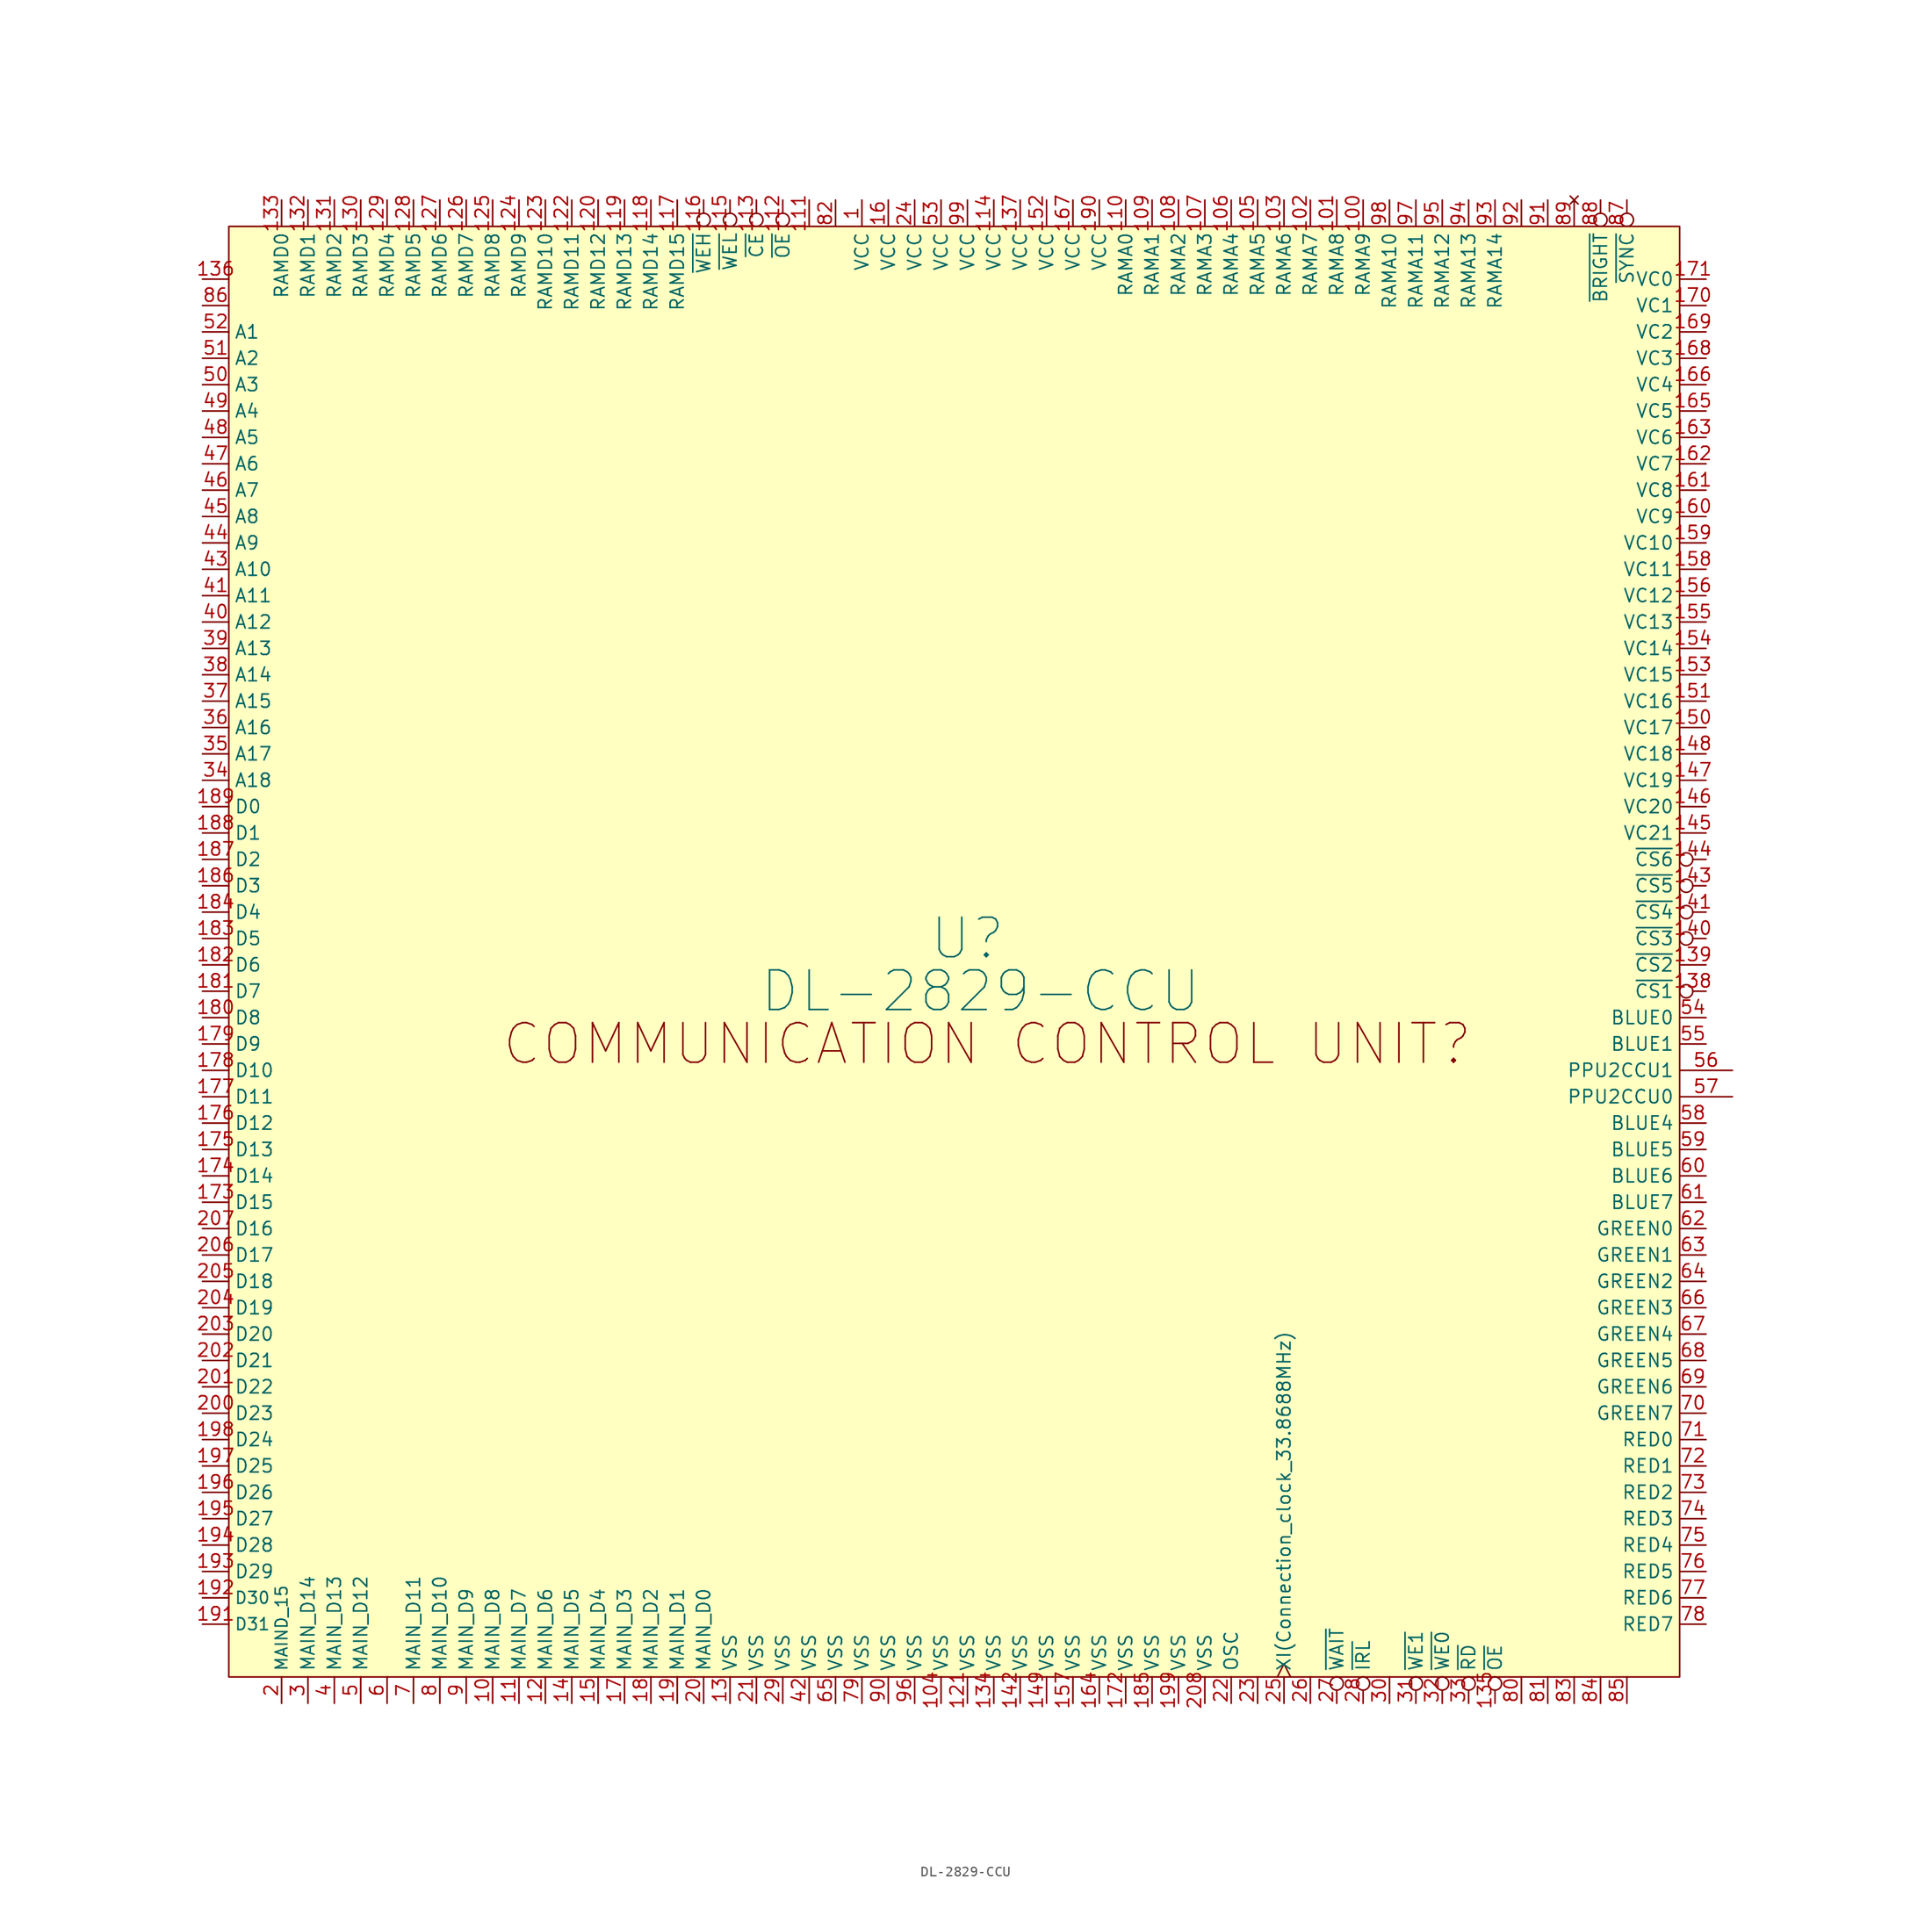
<source format=kicad_sym>
(kicad_symbol_lib
  (version 20211014)
  (generator kicad_symbol_editor)
  (symbol "DL-2829-CCU"
    (property "Reference" "U"
      (at -1.27 5.08 0)
      (effects (font (size 3.81 3.81))))
    (property "Value" "DL-2829-CCU"
      (at 0 0 0)
      (effects (font (size 3.81 3.81))))
    (symbol "DL-2829-CCU_0_0"
      (text "COMMUNICATION CONTROL UNIT?" (at 0.635 -5.08 0) (effects (font (size 3.81 3.81)))))
    (symbol "DL-2829-CCU_0_1"
      (rectangle (start -72.39 73.66) (end 67.31 -66.04) (stroke (width 0) (type default) (color 0 0 0 0)) (fill (type background))))
    (symbol "DL-2829-CCU_1_1"
      (pin power_in line (at -11.43 76.2 270) (length 2.54) (name "VCC" (effects (font (size 1.27 1.27)))) (number "1" (effects (font (size 1.27 1.27)))))
      (pin tri_state line (at -46.99 -68.58 90) (length 2.54) (name "MAIN_D8" (effects (font (size 1.27 1.27)))) (number "10" (effects (font (size 1.27 1.27)))))
      (pin output line (at 36.83 76.2 270) (length 2.54) (name "RAMA9" (effects (font (size 1.27 1.27)))) (number "100" (effects (font (size 1.27 1.27)))))
      (pin output line (at 34.29 76.2 270) (length 2.54) (name "RAMA8" (effects (font (size 1.27 1.27)))) (number "101" (effects (font (size 1.27 1.27)))))
      (pin output line (at 31.75 76.2 270) (length 2.54) (name "RAMA7" (effects (font (size 1.27 1.27)))) (number "102" (effects (font (size 1.27 1.27)))))
      (pin output line (at 29.21 76.2 270) (length 2.54) (name "RAMA6" (effects (font (size 1.27 1.27)))) (number "103" (effects (font (size 1.27 1.27)))))
      (pin power_in line (at -3.81 -68.58 90) (length 2.54) (name "VSS" (effects (font (size 1.27 1.27)))) (number "104" (effects (font (size 1.27 1.27)))))
      (pin output line (at 26.67 76.2 270) (length 2.54) (name "RAMA5" (effects (font (size 1.27 1.27)))) (number "105" (effects (font (size 1.27 1.27)))))
      (pin output line (at 24.13 76.2 270) (length 2.54) (name "RAMA4" (effects (font (size 1.27 1.27)))) (number "106" (effects (font (size 1.27 1.27)))))
      (pin output line (at 21.59 76.2 270) (length 2.54) (name "RAMA3" (effects (font (size 1.27 1.27)))) (number "107" (effects (font (size 1.27 1.27)))))
      (pin output line (at 19.05 76.2 270) (length 2.54) (name "RAMA2" (effects (font (size 1.27 1.27)))) (number "108" (effects (font (size 1.27 1.27)))))
      (pin output line (at 16.51 76.2 270) (length 2.54) (name "RAMA1" (effects (font (size 1.27 1.27)))) (number "109" (effects (font (size 1.27 1.27)))))
      (pin tri_state line (at -44.45 -68.58 90) (length 2.54) (name "MAIN_D7" (effects (font (size 1.27 1.27)))) (number "11" (effects (font (size 1.27 1.27)))))
      (pin output line (at 13.97 76.2 270) (length 2.54) (name "RAMA0" (effects (font (size 1.27 1.27)))) (number "110" (effects (font (size 1.27 1.27)))))
      (pin input line (at -16.51 76.2 270) (length 2.54) (name "~" (effects (font (size 1.27 1.27)))) (number "111" (effects (font (size 1.27 1.27)))))
      (pin output inverted (at -19.05 76.2 270) (length 2.54) (name "~{OE}" (effects (font (size 1.27 1.27)))) (number "112" (effects (font (size 1.27 1.27)))))
      (pin output inverted (at -21.59 76.2 270) (length 2.54) (name "~{CE}" (effects (font (size 1.27 1.27)))) (number "113" (effects (font (size 1.27 1.27)))))
      (pin power_in line (at 1.27 76.2 270) (length 2.54) (name "VCC" (effects (font (size 1.27 1.27)))) (number "114" (effects (font (size 1.27 1.27)))))
      (pin output inverted (at -24.13 76.2 270) (length 2.54) (name "~{WEL}" (effects (font (size 1.27 1.27)))) (number "115" (effects (font (size 1.27 1.27)))))
      (pin output inverted (at -26.67 76.2 270) (length 2.54) (name "~{WEH}" (effects (font (size 1.27 1.27)))) (number "116" (effects (font (size 1.27 1.27)))))
      (pin input line (at -29.21 76.2 270) (length 2.54) (name "RAMD15" (effects (font (size 1.27 1.27)))) (number "117" (effects (font (size 1.27 1.27)))))
      (pin input line (at -31.75 76.2 270) (length 2.54) (name "RAMD14" (effects (font (size 1.27 1.27)))) (number "118" (effects (font (size 1.27 1.27)))))
      (pin input line (at -34.29 76.2 270) (length 2.54) (name "RAMD13" (effects (font (size 1.27 1.27)))) (number "119" (effects (font (size 1.27 1.27)))))
      (pin tri_state line (at -41.91 -68.58 90) (length 2.54) (name "MAIN_D6" (effects (font (size 1.27 1.27)))) (number "12" (effects (font (size 1.27 1.27)))))
      (pin input line (at -36.83 76.2 270) (length 2.54) (name "RAMD12" (effects (font (size 1.27 1.27)))) (number "120" (effects (font (size 1.27 1.27)))))
      (pin power_in line (at -1.27 -68.58 90) (length 2.54) (name "VSS" (effects (font (size 1.27 1.27)))) (number "121" (effects (font (size 1.27 1.27)))))
      (pin input line (at -39.37 76.2 270) (length 2.54) (name "RAMD11" (effects (font (size 1.27 1.27)))) (number "122" (effects (font (size 1.27 1.27)))))
      (pin input line (at -41.91 76.2 270) (length 2.54) (name "RAMD10" (effects (font (size 1.27 1.27)))) (number "123" (effects (font (size 1.27 1.27)))))
      (pin input line (at -44.45 76.2 270) (length 2.54) (name "RAMD9" (effects (font (size 1.27 1.27)))) (number "124" (effects (font (size 1.27 1.27)))))
      (pin input line (at -46.99 76.2 270) (length 2.54) (name "RAMD8" (effects (font (size 1.27 1.27)))) (number "125" (effects (font (size 1.27 1.27)))))
      (pin input line (at -49.53 76.2 270) (length 2.54) (name "RAMD7" (effects (font (size 1.27 1.27)))) (number "126" (effects (font (size 1.27 1.27)))))
      (pin input line (at -52.07 76.2 270) (length 2.54) (name "RAMD6" (effects (font (size 1.27 1.27)))) (number "127" (effects (font (size 1.27 1.27)))))
      (pin input line (at -54.61 76.2 270) (length 2.54) (name "RAMD5" (effects (font (size 1.27 1.27)))) (number "128" (effects (font (size 1.27 1.27)))))
      (pin input line (at -57.15 76.2 270) (length 2.54) (name "RAMD4" (effects (font (size 1.27 1.27)))) (number "129" (effects (font (size 1.27 1.27)))))
      (pin power_in line (at -24.13 -68.58 90) (length 2.54) (name "VSS" (effects (font (size 1.27 1.27)))) (number "13" (effects (font (size 1.27 1.27)))))
      (pin input line (at -59.69 76.2 270) (length 2.54) (name "RAMD3" (effects (font (size 1.27 1.27)))) (number "130" (effects (font (size 1.27 1.27)))))
      (pin input line (at -62.23 76.2 270) (length 2.54) (name "RAMD2" (effects (font (size 1.27 1.27)))) (number "131" (effects (font (size 1.27 1.27)))))
      (pin input line (at -64.77 76.2 270) (length 2.54) (name "RAMD1" (effects (font (size 1.27 1.27)))) (number "132" (effects (font (size 1.27 1.27)))))
      (pin input line (at -67.31 76.2 270) (length 2.54) (name "RAMD0" (effects (font (size 1.27 1.27)))) (number "133" (effects (font (size 1.27 1.27)))))
      (pin power_in line (at 1.27 -68.58 90) (length 2.54) (name "VSS" (effects (font (size 1.27 1.27)))) (number "134" (effects (font (size 1.27 1.27)))))
      (pin output inverted (at 49.53 -68.58 90) (length 2.54) (name "~{OE}" (effects (font (size 1.27 1.27)))) (number "135" (effects (font (size 1.27 1.27)))))
      (pin input line (at -74.93 68.58 0) (length 2.54) (name "~" (effects (font (size 1.27 1.27)))) (number "136" (effects (font (size 1.27 1.27)))))
      (pin power_in line (at 3.81 76.2 270) (length 2.54) (name "VCC" (effects (font (size 1.27 1.27)))) (number "137" (effects (font (size 1.27 1.27)))))
      (pin output inverted (at 69.85 0 180) (length 2.54) (name "~{CS1}" (effects (font (size 1.27 1.27)))) (number "138" (effects (font (size 1.27 1.27)))))
      (pin output line (at 69.85 2.54 180) (length 2.54) (name "~{CS2}" (effects (font (size 1.27 1.27)))) (number "139" (effects (font (size 1.27 1.27)))))
      (pin tri_state line (at -39.37 -68.58 90) (length 2.54) (name "MAIN_D5" (effects (font (size 1.27 1.27)))) (number "14" (effects (font (size 1.27 1.27)))))
      (pin output inverted (at 69.85 5.08 180) (length 2.54) (name "~{CS3}" (effects (font (size 1.27 1.27)))) (number "140" (effects (font (size 1.27 1.27)))))
      (pin output inverted (at 69.85 7.62 180) (length 2.54) (name "~{CS4}" (effects (font (size 1.27 1.27)))) (number "141" (effects (font (size 1.27 1.27)))))
      (pin power_in line (at 3.81 -68.58 90) (length 2.54) (name "VSS" (effects (font (size 1.27 1.27)))) (number "142" (effects (font (size 1.27 1.27)))))
      (pin output inverted (at 69.85 10.16 180) (length 2.54) (name "~{CS5}" (effects (font (size 1.27 1.27)))) (number "143" (effects (font (size 1.27 1.27)))))
      (pin output inverted (at 69.85 12.7 180) (length 2.54) (name "~{CS6}" (effects (font (size 1.27 1.27)))) (number "144" (effects (font (size 1.27 1.27)))))
      (pin output line (at 69.85 15.24 180) (length 2.54) (name "VC21" (effects (font (size 1.27 1.27)))) (number "145" (effects (font (size 1.27 1.27)))))
      (pin output line (at 69.85 17.78 180) (length 2.54) (name "VC20" (effects (font (size 1.27 1.27)))) (number "146" (effects (font (size 1.27 1.27)))))
      (pin output line (at 69.85 20.32 180) (length 2.54) (name "VC19" (effects (font (size 1.27 1.27)))) (number "147" (effects (font (size 1.27 1.27)))))
      (pin output line (at 69.85 22.86 180) (length 2.54) (name "VC18" (effects (font (size 1.27 1.27)))) (number "148" (effects (font (size 1.27 1.27)))))
      (pin power_in line (at 6.35 -68.58 90) (length 2.54) (name "VSS" (effects (font (size 1.27 1.27)))) (number "149" (effects (font (size 1.27 1.27)))))
      (pin tri_state line (at -36.83 -68.58 90) (length 2.54) (name "MAIN_D4" (effects (font (size 1.27 1.27)))) (number "15" (effects (font (size 1.27 1.27)))))
      (pin output line (at 69.85 25.4 180) (length 2.54) (name "VC17" (effects (font (size 1.27 1.27)))) (number "150" (effects (font (size 1.27 1.27)))))
      (pin output line (at 69.85 27.94 180) (length 2.54) (name "VC16" (effects (font (size 1.27 1.27)))) (number "151" (effects (font (size 1.27 1.27)))))
      (pin power_in line (at 6.35 76.2 270) (length 2.54) (name "VCC" (effects (font (size 1.27 1.27)))) (number "152" (effects (font (size 1.27 1.27)))))
      (pin output line (at 69.85 30.48 180) (length 2.54) (name "VC15" (effects (font (size 1.27 1.27)))) (number "153" (effects (font (size 1.27 1.27)))))
      (pin output line (at 69.85 33.02 180) (length 2.54) (name "VC14" (effects (font (size 1.27 1.27)))) (number "154" (effects (font (size 1.27 1.27)))))
      (pin output line (at 69.85 35.56 180) (length 2.54) (name "VC13" (effects (font (size 1.27 1.27)))) (number "155" (effects (font (size 1.27 1.27)))))
      (pin output line (at 69.85 38.1 180) (length 2.54) (name "VC12" (effects (font (size 1.27 1.27)))) (number "156" (effects (font (size 1.27 1.27)))))
      (pin power_in line (at 8.89 -68.58 90) (length 2.54) (name "VSS" (effects (font (size 1.27 1.27)))) (number "157" (effects (font (size 1.27 1.27)))))
      (pin output line (at 69.85 40.64 180) (length 2.54) (name "VC11" (effects (font (size 1.27 1.27)))) (number "158" (effects (font (size 1.27 1.27)))))
      (pin output line (at 69.85 43.18 180) (length 2.54) (name "VC10" (effects (font (size 1.27 1.27)))) (number "159" (effects (font (size 1.27 1.27)))))
      (pin power_in line (at -8.89 76.2 270) (length 2.54) (name "VCC" (effects (font (size 1.27 1.27)))) (number "16" (effects (font (size 1.27 1.27)))))
      (pin output line (at 69.85 45.72 180) (length 2.54) (name "VC9" (effects (font (size 1.27 1.27)))) (number "160" (effects (font (size 1.27 1.27)))))
      (pin output line (at 69.85 48.26 180) (length 2.54) (name "VC8" (effects (font (size 1.27 1.27)))) (number "161" (effects (font (size 1.27 1.27)))))
      (pin output line (at 69.85 50.8 180) (length 2.54) (name "VC7" (effects (font (size 1.27 1.27)))) (number "162" (effects (font (size 1.27 1.27)))))
      (pin output line (at 69.85 53.34 180) (length 2.54) (name "VC6" (effects (font (size 1.27 1.27)))) (number "163" (effects (font (size 1.27 1.27)))))
      (pin power_in line (at 11.43 -68.58 90) (length 2.54) (name "VSS" (effects (font (size 1.27 1.27)))) (number "164" (effects (font (size 1.27 1.27)))))
      (pin output line (at 69.85 55.88 180) (length 2.54) (name "VC5" (effects (font (size 1.27 1.27)))) (number "165" (effects (font (size 1.27 1.27)))))
      (pin output line (at 69.85 58.42 180) (length 2.54) (name "VC4" (effects (font (size 1.27 1.27)))) (number "166" (effects (font (size 1.27 1.27)))))
      (pin power_in line (at 8.89 76.2 270) (length 2.54) (name "VCC" (effects (font (size 1.27 1.27)))) (number "167" (effects (font (size 1.27 1.27)))))
      (pin output line (at 69.85 60.96 180) (length 2.54) (name "VC3" (effects (font (size 1.27 1.27)))) (number "168" (effects (font (size 1.27 1.27)))))
      (pin output line (at 69.85 63.5 180) (length 2.54) (name "VC2" (effects (font (size 1.27 1.27)))) (number "169" (effects (font (size 1.27 1.27)))))
      (pin tri_state line (at -34.29 -68.58 90) (length 2.54) (name "MAIN_D3" (effects (font (size 1.27 1.27)))) (number "17" (effects (font (size 1.27 1.27)))))
      (pin output line (at 69.85 66.04 180) (length 2.54) (name "VC1" (effects (font (size 1.27 1.27)))) (number "170" (effects (font (size 1.27 1.27)))))
      (pin output line (at 69.85 68.58 180) (length 2.54) (name "VC0" (effects (font (size 1.27 1.27)))) (number "171" (effects (font (size 1.27 1.27)))))
      (pin power_in line (at 13.97 -68.58 90) (length 2.54) (name "VSS" (effects (font (size 1.27 1.27)))) (number "172" (effects (font (size 1.27 1.27)))))
      (pin input line (at -74.93 -20.32 0) (length 2.54) (name "D15" (effects (font (size 1.27 1.27)))) (number "173" (effects (font (size 1.27 1.27)))))
      (pin input line (at -74.93 -17.78 0) (length 2.54) (name "D14" (effects (font (size 1.27 1.27)))) (number "174" (effects (font (size 1.27 1.27)))))
      (pin input line (at -74.93 -15.24 0) (length 2.54) (name "D13" (effects (font (size 1.27 1.27)))) (number "175" (effects (font (size 1.27 1.27)))))
      (pin input line (at -74.93 -12.7 0) (length 2.54) (name "D12" (effects (font (size 1.27 1.27)))) (number "176" (effects (font (size 1.27 1.27)))))
      (pin input line (at -74.93 -10.16 0) (length 2.54) (name "D11" (effects (font (size 1.27 1.27)))) (number "177" (effects (font (size 1.27 1.27)))))
      (pin input line (at -74.93 -7.62 0) (length 2.54) (name "D10" (effects (font (size 1.27 1.27)))) (number "178" (effects (font (size 1.27 1.27)))))
      (pin input line (at -74.93 -5.08 0) (length 2.54) (name "D9" (effects (font (size 1.27 1.27)))) (number "179" (effects (font (size 1.27 1.27)))))
      (pin tri_state line (at -31.75 -68.58 90) (length 2.54) (name "MAIN_D2" (effects (font (size 1.27 1.27)))) (number "18" (effects (font (size 1.27 1.27)))))
      (pin input line (at -74.93 -2.54 0) (length 2.54) (name "D8" (effects (font (size 1.27 1.27)))) (number "180" (effects (font (size 1.27 1.27)))))
      (pin input line (at -74.93 0 0) (length 2.54) (name "D7" (effects (font (size 1.27 1.27)))) (number "181" (effects (font (size 1.27 1.27)))))
      (pin input line (at -74.93 2.54 0) (length 2.54) (name "D6" (effects (font (size 1.27 1.27)))) (number "182" (effects (font (size 1.27 1.27)))))
      (pin input line (at -74.93 5.08 0) (length 2.54) (name "D5" (effects (font (size 1.27 1.27)))) (number "183" (effects (font (size 1.27 1.27)))))
      (pin input line (at -74.93 7.62 0) (length 2.54) (name "D4" (effects (font (size 1.27 1.27)))) (number "184" (effects (font (size 1.27 1.27)))))
      (pin power_in line (at 16.51 -68.58 90) (length 2.54) (name "VSS" (effects (font (size 1.27 1.27)))) (number "185" (effects (font (size 1.27 1.27)))))
      (pin input line (at -74.93 10.16 0) (length 2.54) (name "D3" (effects (font (size 1.27 1.27)))) (number "186" (effects (font (size 1.27 1.27)))))
      (pin input line (at -74.93 12.7 0) (length 2.54) (name "D2" (effects (font (size 1.27 1.27)))) (number "187" (effects (font (size 1.27 1.27)))))
      (pin input line (at -74.93 15.24 0) (length 2.54) (name "D1" (effects (font (size 1.27 1.27)))) (number "188" (effects (font (size 1.27 1.27)))))
      (pin input line (at -74.93 17.78 0) (length 2.54) (name "D0" (effects (font (size 1.27 1.27)))) (number "189" (effects (font (size 1.27 1.27)))))
      (pin tri_state line (at -29.21 -68.58 90) (length 2.54) (name "MAIN_D1" (effects (font (size 1.27 1.27)))) (number "19" (effects (font (size 1.27 1.27)))))
      (pin power_in line (at 11.43 76.2 270) (length 2.54) (name "VCC" (effects (font (size 1.27 1.27)))) (number "190" (effects (font (size 1.27 1.27)))))
      (pin input line (at -74.93 -60.96 0) (length 2.54) (name "D31" (effects (font (size 1.143 1.143)))) (number "191" (effects (font (size 1.27 1.27)))))
      (pin input line (at -74.93 -58.42 0) (length 2.54) (name "D30" (effects (font (size 1.143 1.143)))) (number "192" (effects (font (size 1.27 1.27)))))
      (pin input line (at -74.93 -55.88 0) (length 2.54) (name "D29" (effects (font (size 1.27 1.27)))) (number "193" (effects (font (size 1.27 1.27)))))
      (pin input line (at -74.93 -53.34 0) (length 2.54) (name "D28" (effects (font (size 1.27 1.27)))) (number "194" (effects (font (size 1.27 1.27)))))
      (pin input line (at -74.93 -50.8 0) (length 2.54) (name "D27" (effects (font (size 1.27 1.27)))) (number "195" (effects (font (size 1.27 1.27)))))
      (pin input line (at -74.93 -48.26 0) (length 2.54) (name "D26" (effects (font (size 1.27 1.27)))) (number "196" (effects (font (size 1.27 1.27)))))
      (pin input line (at -74.93 -45.72 0) (length 2.54) (name "D25" (effects (font (size 1.27 1.27)))) (number "197" (effects (font (size 1.27 1.27)))))
      (pin input line (at -74.93 -43.18 0) (length 2.54) (name "D24" (effects (font (size 1.27 1.27)))) (number "198" (effects (font (size 1.27 1.27)))))
      (pin power_in line (at 19.05 -68.58 90) (length 2.54) (name "VSS" (effects (font (size 1.27 1.27)))) (number "199" (effects (font (size 1.27 1.27)))))
      (pin tri_state line (at -67.31 -68.58 90) (length 2.54) (name "MAIND_15" (effects (font (size 1.143 1.143)))) (number "2" (effects (font (size 1.27 1.27)))))
      (pin tri_state line (at -26.67 -68.58 90) (length 2.54) (name "MAIN_D0" (effects (font (size 1.27 1.27)))) (number "20" (effects (font (size 1.27 1.27)))))
      (pin input line (at -74.93 -40.64 0) (length 2.54) (name "D23" (effects (font (size 1.27 1.27)))) (number "200" (effects (font (size 1.27 1.27)))))
      (pin input line (at -74.93 -38.1 0) (length 2.54) (name "D22" (effects (font (size 1.27 1.27)))) (number "201" (effects (font (size 1.27 1.27)))))
      (pin input line (at -74.93 -35.56 0) (length 2.54) (name "D21" (effects (font (size 1.27 1.27)))) (number "202" (effects (font (size 1.27 1.27)))))
      (pin input line (at -74.93 -33.02 0) (length 2.54) (name "D20" (effects (font (size 1.27 1.27)))) (number "203" (effects (font (size 1.27 1.27)))))
      (pin input line (at -74.93 -30.48 0) (length 2.54) (name "D19" (effects (font (size 1.27 1.27)))) (number "204" (effects (font (size 1.27 1.27)))))
      (pin input line (at -74.93 -27.94 0) (length 2.54) (name "D18" (effects (font (size 1.27 1.27)))) (number "205" (effects (font (size 1.27 1.27)))))
      (pin input line (at -74.93 -25.4 0) (length 2.54) (name "D17" (effects (font (size 1.27 1.27)))) (number "206" (effects (font (size 1.27 1.27)))))
      (pin input line (at -74.93 -22.86 0) (length 2.54) (name "D16" (effects (font (size 1.27 1.27)))) (number "207" (effects (font (size 1.27 1.27)))))
      (pin power_in line (at 21.59 -68.58 90) (length 2.54) (name "VSS" (effects (font (size 1.27 1.27)))) (number "208" (effects (font (size 1.27 1.27)))))
      (pin power_in line (at -21.59 -68.58 90) (length 2.54) (name "VSS" (effects (font (size 1.27 1.27)))) (number "21" (effects (font (size 1.27 1.27)))))
      (pin input line (at 24.13 -68.58 90) (length 2.54) (name "OSC" (effects (font (size 1.27 1.27)))) (number "22" (effects (font (size 1.27 1.27)))))
      (pin output line (at 26.67 -68.58 90) (length 2.54) (name "~" (effects (font (size 1.27 1.27)))) (number "23" (effects (font (size 1.27 1.27)))))
      (pin power_in line (at -6.35 76.2 270) (length 2.54) (name "VCC" (effects (font (size 1.27 1.27)))) (number "24" (effects (font (size 1.27 1.27)))))
      (pin output clock (at 29.21 -68.58 90) (length 2.54) (name "XI(Connection_clock_33.8688MHz)" (effects (font (size 1.27 1.27)))) (number "25" (effects (font (size 1.27 1.27)))))
      (pin output line (at 31.75 -68.58 90) (length 2.54) (name "~" (effects (font (size 1.27 1.27)))) (number "26" (effects (font (size 1.27 1.27)))))
      (pin output inverted (at 34.29 -68.58 90) (length 2.54) (name "~{WAIT}" (effects (font (size 1.27 1.27)))) (number "27" (effects (font (size 1.27 1.27)))))
      (pin output inverted (at 36.83 -68.58 90) (length 2.54) (name "~{IRL}" (effects (font (size 1.27 1.27)))) (number "28" (effects (font (size 1.27 1.27)))))
      (pin power_in line (at -19.05 -68.58 90) (length 2.54) (name "VSS" (effects (font (size 1.27 1.27)))) (number "29" (effects (font (size 1.27 1.27)))))
      (pin tri_state line (at -64.77 -68.58 90) (length 2.54) (name "MAIN_D14" (effects (font (size 1.27 1.27)))) (number "3" (effects (font (size 1.27 1.27)))))
      (pin input line (at 39.37 -68.58 90) (length 2.54) (name "~" (effects (font (size 1.27 1.27)))) (number "30" (effects (font (size 1.27 1.27)))))
      (pin input inverted (at 41.91 -68.58 90) (length 2.54) (name "~{WE1}" (effects (font (size 1.27 1.27)))) (number "31" (effects (font (size 1.27 1.27)))))
      (pin input inverted (at 44.45 -68.58 90) (length 2.54) (name "~{WE0}" (effects (font (size 1.27 1.27)))) (number "32" (effects (font (size 1.27 1.27)))))
      (pin input inverted (at 46.99 -68.58 90) (length 2.54) (name "~{RD}" (effects (font (size 1.27 1.27)))) (number "33" (effects (font (size 1.27 1.27)))))
      (pin input line (at -74.93 20.32 0) (length 2.54) (name "A18" (effects (font (size 1.27 1.27)))) (number "34" (effects (font (size 1.27 1.27)))))
      (pin input line (at -74.93 22.86 0) (length 2.54) (name "A17" (effects (font (size 1.27 1.27)))) (number "35" (effects (font (size 1.27 1.27)))))
      (pin input line (at -74.93 25.4 0) (length 2.54) (name "A16" (effects (font (size 1.27 1.27)))) (number "36" (effects (font (size 1.27 1.27)))))
      (pin input line (at -74.93 27.94 0) (length 2.54) (name "A15" (effects (font (size 1.27 1.27)))) (number "37" (effects (font (size 1.27 1.27)))))
      (pin input line (at -74.93 30.48 0) (length 2.54) (name "A14" (effects (font (size 1.27 1.27)))) (number "38" (effects (font (size 1.27 1.27)))))
      (pin input line (at -74.93 33.02 0) (length 2.54) (name "A13" (effects (font (size 1.27 1.27)))) (number "39" (effects (font (size 1.27 1.27)))))
      (pin tri_state line (at -62.23 -68.58 90) (length 2.54) (name "MAIN_D13" (effects (font (size 1.27 1.27)))) (number "4" (effects (font (size 1.27 1.27)))))
      (pin input line (at -74.93 35.56 0) (length 2.54) (name "A12" (effects (font (size 1.27 1.27)))) (number "40" (effects (font (size 1.27 1.27)))))
      (pin input line (at -74.93 38.1 0) (length 2.54) (name "A11" (effects (font (size 1.27 1.27)))) (number "41" (effects (font (size 1.27 1.27)))))
      (pin power_in line (at -16.51 -68.58 90) (length 2.54) (name "VSS" (effects (font (size 1.27 1.27)))) (number "42" (effects (font (size 1.27 1.27)))))
      (pin input line (at -74.93 40.64 0) (length 2.54) (name "A10" (effects (font (size 1.27 1.27)))) (number "43" (effects (font (size 1.27 1.27)))))
      (pin input line (at -74.93 43.18 0) (length 2.54) (name "A9" (effects (font (size 1.27 1.27)))) (number "44" (effects (font (size 1.27 1.27)))))
      (pin input line (at -74.93 45.72 0) (length 2.54) (name "A8" (effects (font (size 1.27 1.27)))) (number "45" (effects (font (size 1.27 1.27)))))
      (pin input line (at -74.93 48.26 0) (length 2.54) (name "A7" (effects (font (size 1.27 1.27)))) (number "46" (effects (font (size 1.27 1.27)))))
      (pin input line (at -74.93 50.8 0) (length 2.54) (name "A6" (effects (font (size 1.27 1.27)))) (number "47" (effects (font (size 1.27 1.27)))))
      (pin input line (at -74.93 53.34 0) (length 2.54) (name "A5" (effects (font (size 1.27 1.27)))) (number "48" (effects (font (size 1.27 1.27)))))
      (pin input line (at -74.93 55.88 0) (length 2.54) (name "A4" (effects (font (size 1.27 1.27)))) (number "49" (effects (font (size 1.27 1.27)))))
      (pin tri_state line (at -59.69 -68.58 90) (length 2.54) (name "MAIN_D12" (effects (font (size 1.27 1.27)))) (number "5" (effects (font (size 1.27 1.27)))))
      (pin input line (at -74.93 58.42 0) (length 2.54) (name "A3" (effects (font (size 1.27 1.27)))) (number "50" (effects (font (size 1.27 1.27)))))
      (pin input line (at -74.93 60.96 0) (length 2.54) (name "A2" (effects (font (size 1.27 1.27)))) (number "51" (effects (font (size 1.27 1.27)))))
      (pin input line (at -74.93 63.5 0) (length 2.54) (name "A1" (effects (font (size 1.27 1.27)))) (number "52" (effects (font (size 1.27 1.27)))))
      (pin power_in line (at -3.81 76.2 270) (length 2.54) (name "VCC" (effects (font (size 1.27 1.27)))) (number "53" (effects (font (size 1.27 1.27)))))
      (pin output line (at 69.85 -2.54 180) (length 2.54) (name "BLUE0" (effects (font (size 1.27 1.27)))) (number "54" (effects (font (size 1.27 1.27)))))
      (pin output line (at 69.85 -5.08 180) (length 2.54) (name "BLUE1" (effects (font (size 1.27 1.27)))) (number "55" (effects (font (size 1.27 1.27)))))
      (pin bidirectional line (at 72.39 -7.62 180) (length 5.08) (name "PPU2CCU1" (effects (font (size 1.27 1.27)))) (number "56" (effects (font (size 1.27 1.27)))))
      (pin bidirectional line (at 72.39 -10.16 180) (length 5.08) (name "PPU2CCU0" (effects (font (size 1.27 1.27)))) (number "57" (effects (font (size 1.27 1.27)))))
      (pin output line (at 69.85 -12.7 180) (length 2.54) (name "BLUE4" (effects (font (size 1.27 1.27)))) (number "58" (effects (font (size 1.27 1.27)))))
      (pin output line (at 69.85 -15.24 180) (length 2.54) (name "BLUE5" (effects (font (size 1.27 1.27)))) (number "59" (effects (font (size 1.27 1.27)))))
      (pin output line (at -57.15 -68.58 90) (length 2.54) (name "~" (effects (font (size 1.27 1.27)))) (number "6" (effects (font (size 1.27 1.27)))))
      (pin output line (at 69.85 -17.78 180) (length 2.54) (name "BLUE6" (effects (font (size 1.27 1.27)))) (number "60" (effects (font (size 1.27 1.27)))))
      (pin output line (at 69.85 -20.32 180) (length 2.54) (name "BLUE7" (effects (font (size 1.27 1.27)))) (number "61" (effects (font (size 1.27 1.27)))))
      (pin output line (at 69.85 -22.86 180) (length 2.54) (name "GREEN0" (effects (font (size 1.27 1.27)))) (number "62" (effects (font (size 1.27 1.27)))))
      (pin output line (at 69.85 -25.4 180) (length 2.54) (name "GREEN1" (effects (font (size 1.27 1.27)))) (number "63" (effects (font (size 1.27 1.27)))))
      (pin output line (at 69.85 -27.94 180) (length 2.54) (name "GREEN2" (effects (font (size 1.27 1.27)))) (number "64" (effects (font (size 1.27 1.27)))))
      (pin power_in line (at -13.97 -68.58 90) (length 2.54) (name "VSS" (effects (font (size 1.27 1.27)))) (number "65" (effects (font (size 1.27 1.27)))))
      (pin output line (at 69.85 -30.48 180) (length 2.54) (name "GREEN3" (effects (font (size 1.27 1.27)))) (number "66" (effects (font (size 1.27 1.27)))))
      (pin output line (at 69.85 -33.02 180) (length 2.54) (name "GREEN4" (effects (font (size 1.27 1.27)))) (number "67" (effects (font (size 1.27 1.27)))))
      (pin output line (at 69.85 -35.56 180) (length 2.54) (name "GREEN5" (effects (font (size 1.27 1.27)))) (number "68" (effects (font (size 1.27 1.27)))))
      (pin output line (at 69.85 -38.1 180) (length 2.54) (name "GREEN6" (effects (font (size 1.27 1.27)))) (number "69" (effects (font (size 1.27 1.27)))))
      (pin tri_state line (at -54.61 -68.58 90) (length 2.54) (name "MAIN_D11" (effects (font (size 1.27 1.27)))) (number "7" (effects (font (size 1.27 1.27)))))
      (pin output line (at 69.85 -40.64 180) (length 2.54) (name "GREEN7" (effects (font (size 1.27 1.27)))) (number "70" (effects (font (size 1.27 1.27)))))
      (pin output line (at 69.85 -43.18 180) (length 2.54) (name "RED0" (effects (font (size 1.27 1.27)))) (number "71" (effects (font (size 1.27 1.27)))))
      (pin output line (at 69.85 -45.72 180) (length 2.54) (name "RED1" (effects (font (size 1.27 1.27)))) (number "72" (effects (font (size 1.27 1.27)))))
      (pin output line (at 69.85 -48.26 180) (length 2.54) (name "RED2" (effects (font (size 1.27 1.27)))) (number "73" (effects (font (size 1.27 1.27)))))
      (pin output line (at 69.85 -50.8 180) (length 2.54) (name "RED3" (effects (font (size 1.27 1.27)))) (number "74" (effects (font (size 1.27 1.27)))))
      (pin output line (at 69.85 -53.34 180) (length 2.54) (name "RED4" (effects (font (size 1.27 1.27)))) (number "75" (effects (font (size 1.27 1.27)))))
      (pin output line (at 69.85 -55.88 180) (length 2.54) (name "RED5" (effects (font (size 1.27 1.27)))) (number "76" (effects (font (size 1.27 1.27)))))
      (pin output line (at 69.85 -58.42 180) (length 2.54) (name "RED6" (effects (font (size 1.27 1.27)))) (number "77" (effects (font (size 1.27 1.27)))))
      (pin output line (at 69.85 -60.96 180) (length 2.54) (name "RED7" (effects (font (size 1.27 1.27)))) (number "78" (effects (font (size 1.27 1.27)))))
      (pin power_in line (at -11.43 -68.58 90) (length 2.54) (name "VSS" (effects (font (size 1.27 1.27)))) (number "79" (effects (font (size 1.27 1.27)))))
      (pin tri_state line (at -52.07 -68.58 90) (length 2.54) (name "MAIN_D10" (effects (font (size 1.27 1.27)))) (number "8" (effects (font (size 1.27 1.27)))))
      (pin input line (at 52.07 -68.58 90) (length 2.54) (name "~" (effects (font (size 1.27 1.27)))) (number "80" (effects (font (size 1.27 1.27)))))
      (pin input line (at 54.61 -68.58 90) (length 2.54) (name "~" (effects (font (size 1.27 1.27)))) (number "81" (effects (font (size 1.27 1.27)))))
      (pin output line (at -13.97 76.2 270) (length 2.54) (name "~" (effects (font (size 1.27 1.27)))) (number "82" (effects (font (size 1.27 1.27)))))
      (pin output line (at 57.15 -68.58 90) (length 2.54) (name "~" (effects (font (size 1.27 1.27)))) (number "83" (effects (font (size 1.27 1.27)))))
      (pin output line (at 59.69 -68.58 90) (length 2.54) (name "~" (effects (font (size 1.27 1.27)))) (number "84" (effects (font (size 1.27 1.27)))))
      (pin output line (at 62.23 -68.58 90) (length 2.54) (name "~" (effects (font (size 1.27 1.27)))) (number "85" (effects (font (size 1.27 1.27)))))
      (pin output line (at -74.93 66.04 0) (length 2.54) (name "~" (effects (font (size 1.27 1.27)))) (number "86" (effects (font (size 1.27 1.27)))))
      (pin output inverted (at 62.23 76.2 270) (length 2.54) (name "~{SYNC}" (effects (font (size 1.27 1.27)))) (number "87" (effects (font (size 1.27 1.27)))))
      (pin output inverted (at 59.69 76.2 270) (length 2.54) (name "~{BRIGHT}" (effects (font (size 1.27 1.27)))) (number "88" (effects (font (size 1.27 1.27)))))
      (pin no_connect line (at 57.15 76.2 270) (length 2.54) (name "~" (effects (font (size 1.27 1.27)))) (number "89" (effects (font (size 1.27 1.27)))))
      (pin tri_state line (at -49.53 -68.58 90) (length 2.54) (name "MAIN_D9" (effects (font (size 1.27 1.27)))) (number "9" (effects (font (size 1.27 1.27)))))
      (pin power_in line (at -8.89 -68.58 90) (length 2.54) (name "VSS" (effects (font (size 1.27 1.27)))) (number "90" (effects (font (size 1.27 1.27)))))
      (pin output line (at 54.61 76.2 270) (length 2.54) (name "~" (effects (font (size 1.27 1.27)))) (number "91" (effects (font (size 1.27 1.27)))))
      (pin output line (at 52.07 76.2 270) (length 2.54) (name "~" (effects (font (size 1.27 1.27)))) (number "92" (effects (font (size 1.27 1.27)))))
      (pin output line (at 49.53 76.2 270) (length 2.54) (name "RAMA14" (effects (font (size 1.27 1.27)))) (number "93" (effects (font (size 1.27 1.27)))))
      (pin output line (at 46.99 76.2 270) (length 2.54) (name "RAMA13" (effects (font (size 1.27 1.27)))) (number "94" (effects (font (size 1.27 1.27)))))
      (pin output line (at 44.45 76.2 270) (length 2.54) (name "RAMA12" (effects (font (size 1.27 1.27)))) (number "95" (effects (font (size 1.27 1.27)))))
      (pin power_in line (at -6.35 -68.58 90) (length 2.54) (name "VSS" (effects (font (size 1.27 1.27)))) (number "96" (effects (font (size 1.27 1.27)))))
      (pin output line (at 41.91 76.2 270) (length 2.54) (name "RAMA11" (effects (font (size 1.27 1.27)))) (number "97" (effects (font (size 1.27 1.27)))))
      (pin output line (at 39.37 76.2 270) (length 2.54) (name "RAMA10" (effects (font (size 1.27 1.27)))) (number "98" (effects (font (size 1.27 1.27)))))
      (pin power_in line (at -1.27 76.2 270) (length 2.54) (name "VCC" (effects (font (size 1.27 1.27)))) (number "99" (effects (font (size 1.27 1.27))))))))
</source>
